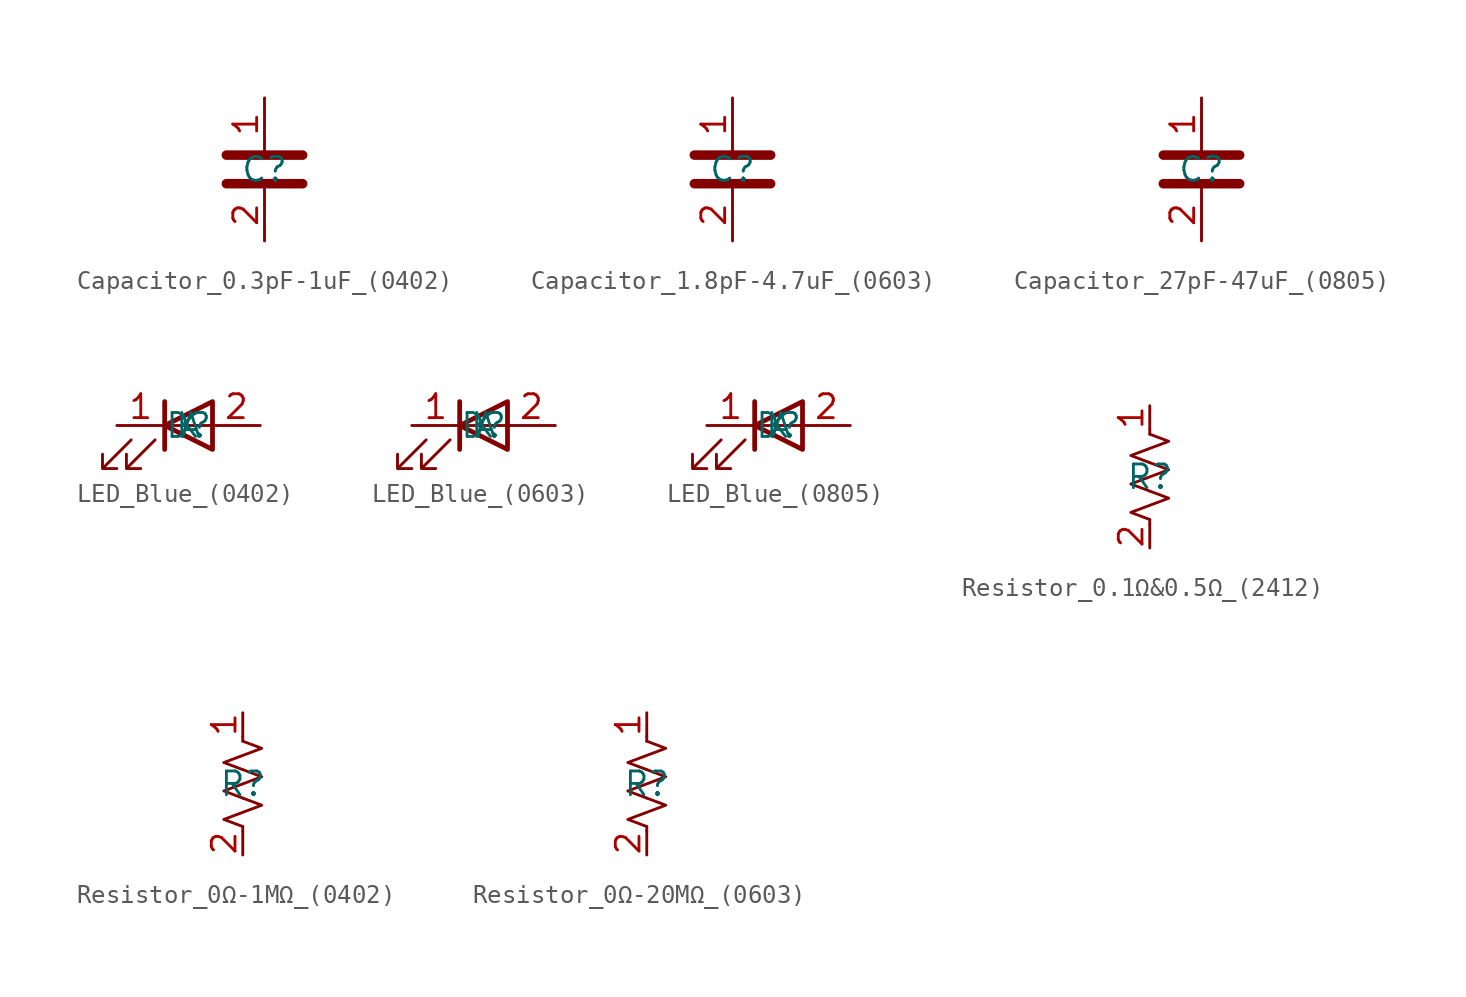
<source format=kicad_sym>
(kicad_symbol_lib
  (version 20231120)
  (generator "kicad_symbol_editor")
  (generator_version "8.0")
  (symbol "Capacitor_0.3pF-1uF_(0402)"
    (property "Reference" "C"
      (at 0 0 0)
      (effects (font (size 1.27 1.27))))
    (property "Value" ""
      (at 0 0 0)
      (effects (font (size 1.27 1.27))))
    (symbol "Capacitor_0.3pF-1uF_(0402)_0_1"
      (polyline (pts (xy -2.032 -0.762) (xy 2.032 -0.762)) (stroke (width 0.508) (type default)) (fill (type none)))
      (polyline (pts (xy -2.032 0.762) (xy 2.032 0.762)) (stroke (width 0.508) (type default)) (fill (type none))))
    (symbol "Capacitor_0.3pF-1uF_(0402)_1_1"
      (pin passive line (at 0 3.81 270) (length 2.794) (name "~" (effects (font (size 1.27 1.27)))) (number "1" (effects (font (size 1.27 1.27)))))
      (pin passive line (at 0 -3.81 90) (length 2.794) (name "~" (effects (font (size 1.27 1.27)))) (number "2" (effects (font (size 1.27 1.27)))))))
  (symbol "Capacitor_1.8pF-4.7uF_(0603)"
    (property "Reference" "C"
      (at 0 0 0)
      (effects (font (size 1.27 1.27))))
    (property "Value" ""
      (at 0 0 0)
      (effects (font (size 1.27 1.27))))
    (symbol "Capacitor_1.8pF-4.7uF_(0603)_0_1"
      (polyline (pts (xy -2.032 -0.762) (xy 2.032 -0.762)) (stroke (width 0.508) (type default)) (fill (type none)))
      (polyline (pts (xy -2.032 0.762) (xy 2.032 0.762)) (stroke (width 0.508) (type default)) (fill (type none))))
    (symbol "Capacitor_1.8pF-4.7uF_(0603)_1_1"
      (pin passive line (at 0 3.81 270) (length 2.794) (name "~" (effects (font (size 1.27 1.27)))) (number "1" (effects (font (size 1.27 1.27)))))
      (pin passive line (at 0 -3.81 90) (length 2.794) (name "~" (effects (font (size 1.27 1.27)))) (number "2" (effects (font (size 1.27 1.27)))))))
  (symbol "Capacitor_27pF-47uF_(0805)"
    (property "Reference" "C"
      (at 0 0 0)
      (effects (font (size 1.27 1.27))))
    (property "Value" ""
      (at 0 0 0)
      (effects (font (size 1.27 1.27))))
    (symbol "Capacitor_27pF-47uF_(0805)_0_1"
      (polyline (pts (xy -2.032 -0.762) (xy 2.032 -0.762)) (stroke (width 0.508) (type default)) (fill (type none)))
      (polyline (pts (xy -2.032 0.762) (xy 2.032 0.762)) (stroke (width 0.508) (type default)) (fill (type none))))
    (symbol "Capacitor_27pF-47uF_(0805)_1_1"
      (pin passive line (at 0 3.81 270) (length 2.794) (name "~" (effects (font (size 1.27 1.27)))) (number "1" (effects (font (size 1.27 1.27)))))
      (pin passive line (at 0 -3.81 90) (length 2.794) (name "~" (effects (font (size 1.27 1.27)))) (number "2" (effects (font (size 1.27 1.27)))))))
  (symbol "LED_Blue_(0402)"
    (property "Reference" "D"
      (at 0 0 0)
      (effects (font (size 1.27 1.27))))
    (property "Value" ""
      (at 0 0 0)
      (effects (font (size 1.27 1.27))))
    (symbol "LED_Blue_(0402)_0_1"
      (polyline (pts (xy -1.27 -1.27) (xy -1.27 1.27)) (stroke (width 0.254) (type default)) (fill (type none)))
      (polyline (pts (xy -1.27 0) (xy 1.27 0)) (stroke (width 0) (type default)) (fill (type none)))
      (polyline (pts (xy 1.27 -1.27) (xy 1.27 1.27) (xy -1.27 0) (xy 1.27 -1.27)) (stroke (width 0.254) (type default)) (fill (type none)))
      (polyline (pts (xy -3.048 -0.762) (xy -4.572 -2.286) (xy -3.81 -2.286) (xy -4.572 -2.286) (xy -4.572 -1.524)) (stroke (width 0) (type default)) (fill (type none)))
      (polyline (pts (xy -1.778 -0.762) (xy -3.302 -2.286) (xy -2.54 -2.286) (xy -3.302 -2.286) (xy -3.302 -1.524)) (stroke (width 0) (type default)) (fill (type none))))
    (symbol "LED_Blue_(0402)_1_1"
      (pin passive line (at -3.81 0 0) (length 2.54) (name "K" (effects (font (size 1.27 1.27)))) (number "1" (effects (font (size 1.27 1.27)))))
      (pin passive line (at 3.81 0 180) (length 2.54) (name "A" (effects (font (size 1.27 1.27)))) (number "2" (effects (font (size 1.27 1.27)))))))
  (symbol "LED_Blue_(0603)"
    (property "Reference" "D"
      (at 0 0 0)
      (effects (font (size 1.27 1.27))))
    (property "Value" ""
      (at 0 0 0)
      (effects (font (size 1.27 1.27))))
    (symbol "LED_Blue_(0603)_0_1"
      (polyline (pts (xy -1.27 -1.27) (xy -1.27 1.27)) (stroke (width 0.254) (type default)) (fill (type none)))
      (polyline (pts (xy -1.27 0) (xy 1.27 0)) (stroke (width 0) (type default)) (fill (type none)))
      (polyline (pts (xy 1.27 -1.27) (xy 1.27 1.27) (xy -1.27 0) (xy 1.27 -1.27)) (stroke (width 0.254) (type default)) (fill (type none)))
      (polyline (pts (xy -3.048 -0.762) (xy -4.572 -2.286) (xy -3.81 -2.286) (xy -4.572 -2.286) (xy -4.572 -1.524)) (stroke (width 0) (type default)) (fill (type none)))
      (polyline (pts (xy -1.778 -0.762) (xy -3.302 -2.286) (xy -2.54 -2.286) (xy -3.302 -2.286) (xy -3.302 -1.524)) (stroke (width 0) (type default)) (fill (type none))))
    (symbol "LED_Blue_(0603)_1_1"
      (pin passive line (at -3.81 0 0) (length 2.54) (name "K" (effects (font (size 1.27 1.27)))) (number "1" (effects (font (size 1.27 1.27)))))
      (pin passive line (at 3.81 0 180) (length 2.54) (name "A" (effects (font (size 1.27 1.27)))) (number "2" (effects (font (size 1.27 1.27)))))))
  (symbol "LED_Blue_(0805)"
    (property "Reference" "D"
      (at 0 0 0)
      (effects (font (size 1.27 1.27))))
    (property "Value" ""
      (at 0 0 0)
      (effects (font (size 1.27 1.27))))
    (symbol "LED_Blue_(0805)_0_1"
      (polyline (pts (xy -1.27 -1.27) (xy -1.27 1.27)) (stroke (width 0.254) (type default)) (fill (type none)))
      (polyline (pts (xy -1.27 0) (xy 1.27 0)) (stroke (width 0) (type default)) (fill (type none)))
      (polyline (pts (xy 1.27 -1.27) (xy 1.27 1.27) (xy -1.27 0) (xy 1.27 -1.27)) (stroke (width 0.254) (type default)) (fill (type none)))
      (polyline (pts (xy -3.048 -0.762) (xy -4.572 -2.286) (xy -3.81 -2.286) (xy -4.572 -2.286) (xy -4.572 -1.524)) (stroke (width 0) (type default)) (fill (type none)))
      (polyline (pts (xy -1.778 -0.762) (xy -3.302 -2.286) (xy -2.54 -2.286) (xy -3.302 -2.286) (xy -3.302 -1.524)) (stroke (width 0) (type default)) (fill (type none))))
    (symbol "LED_Blue_(0805)_1_1"
      (pin passive line (at -3.81 0 0) (length 2.54) (name "K" (effects (font (size 1.27 1.27)))) (number "1" (effects (font (size 1.27 1.27)))))
      (pin passive line (at 3.81 0 180) (length 2.54) (name "A" (effects (font (size 1.27 1.27)))) (number "2" (effects (font (size 1.27 1.27)))))))
  (symbol "Resistor_0.1Ω&0.5Ω_(2412)"
    (property "Reference" "R"
      (at 0 0 0)
      (effects (font (size 1.27 1.27))))
    (property "Value" ""
      (at 0 0 0)
      (effects (font (size 1.27 1.27))))
    (symbol "Resistor_0.1Ω&0.5Ω_(2412)_0_1"
      (polyline (pts (xy 0 -2.286) (xy 0 -2.54)) (stroke (width 0) (type default)) (fill (type none)))
      (polyline (pts (xy 0 2.286) (xy 0 2.54)) (stroke (width 0) (type default)) (fill (type none)))
      (polyline (pts (xy 0 -0.762) (xy 1.016 -1.143) (xy 0 -1.524) (xy -1.016 -1.905) (xy 0 -2.286)) (stroke (width 0) (type default)) (fill (type none)))
      (polyline (pts (xy 0 0.762) (xy 1.016 0.381) (xy 0 0) (xy -1.016 -0.381) (xy 0 -0.762)) (stroke (width 0) (type default)) (fill (type none)))
      (polyline (pts (xy 0 2.286) (xy 1.016 1.905) (xy 0 1.524) (xy -1.016 1.143) (xy 0 0.762)) (stroke (width 0) (type default)) (fill (type none))))
    (symbol "Resistor_0.1Ω&0.5Ω_(2412)_1_1"
      (pin passive line (at 0 3.81 270) (length 1.27) (name "~" (effects (font (size 1.27 1.27)))) (number "1" (effects (font (size 1.27 1.27)))))
      (pin passive line (at 0 -3.81 90) (length 1.27) (name "~" (effects (font (size 1.27 1.27)))) (number "2" (effects (font (size 1.27 1.27)))))))
  (symbol "Resistor_0Ω-1MΩ_(0402)"
    (property "Reference" "R"
      (at 0 0 0)
      (effects (font (size 1.27 1.27))))
    (property "Value" ""
      (at 0 0 0)
      (effects (font (size 1.27 1.27))))
    (symbol "Resistor_0Ω-1MΩ_(0402)_0_1"
      (polyline (pts (xy 0 -2.286) (xy 0 -2.54)) (stroke (width 0) (type default)) (fill (type none)))
      (polyline (pts (xy 0 2.286) (xy 0 2.54)) (stroke (width 0) (type default)) (fill (type none)))
      (polyline (pts (xy 0 -0.762) (xy 1.016 -1.143) (xy 0 -1.524) (xy -1.016 -1.905) (xy 0 -2.286)) (stroke (width 0) (type default)) (fill (type none)))
      (polyline (pts (xy 0 0.762) (xy 1.016 0.381) (xy 0 0) (xy -1.016 -0.381) (xy 0 -0.762)) (stroke (width 0) (type default)) (fill (type none)))
      (polyline (pts (xy 0 2.286) (xy 1.016 1.905) (xy 0 1.524) (xy -1.016 1.143) (xy 0 0.762)) (stroke (width 0) (type default)) (fill (type none))))
    (symbol "Resistor_0Ω-1MΩ_(0402)_1_1"
      (pin passive line (at 0 3.81 270) (length 1.27) (name "~" (effects (font (size 1.27 1.27)))) (number "1" (effects (font (size 1.27 1.27)))))
      (pin passive line (at 0 -3.81 90) (length 1.27) (name "~" (effects (font (size 1.27 1.27)))) (number "2" (effects (font (size 1.27 1.27)))))))
  (symbol "Resistor_0Ω-20MΩ_(0603)"
    (property "Reference" "R"
      (at 0 0 0)
      (effects (font (size 1.27 1.27))))
    (property "Value" ""
      (at 0 0 0)
      (effects (font (size 1.27 1.27))))
    (symbol "Resistor_0Ω-20MΩ_(0603)_0_1"
      (polyline (pts (xy 0 -2.286) (xy 0 -2.54)) (stroke (width 0) (type default)) (fill (type none)))
      (polyline (pts (xy 0 2.286) (xy 0 2.54)) (stroke (width 0) (type default)) (fill (type none)))
      (polyline (pts (xy 0 -0.762) (xy 1.016 -1.143) (xy 0 -1.524) (xy -1.016 -1.905) (xy 0 -2.286)) (stroke (width 0) (type default)) (fill (type none)))
      (polyline (pts (xy 0 0.762) (xy 1.016 0.381) (xy 0 0) (xy -1.016 -0.381) (xy 0 -0.762)) (stroke (width 0) (type default)) (fill (type none)))
      (polyline (pts (xy 0 2.286) (xy 1.016 1.905) (xy 0 1.524) (xy -1.016 1.143) (xy 0 0.762)) (stroke (width 0) (type default)) (fill (type none))))
    (symbol "Resistor_0Ω-20MΩ_(0603)_1_1"
      (pin passive line (at 0 3.81 270) (length 1.27) (name "~" (effects (font (size 1.27 1.27)))) (number "1" (effects (font (size 1.27 1.27)))))
      (pin passive line (at 0 -3.81 90) (length 1.27) (name "~" (effects (font (size 1.27 1.27)))) (number "2" (effects (font (size 1.27 1.27))))))))
</source>
